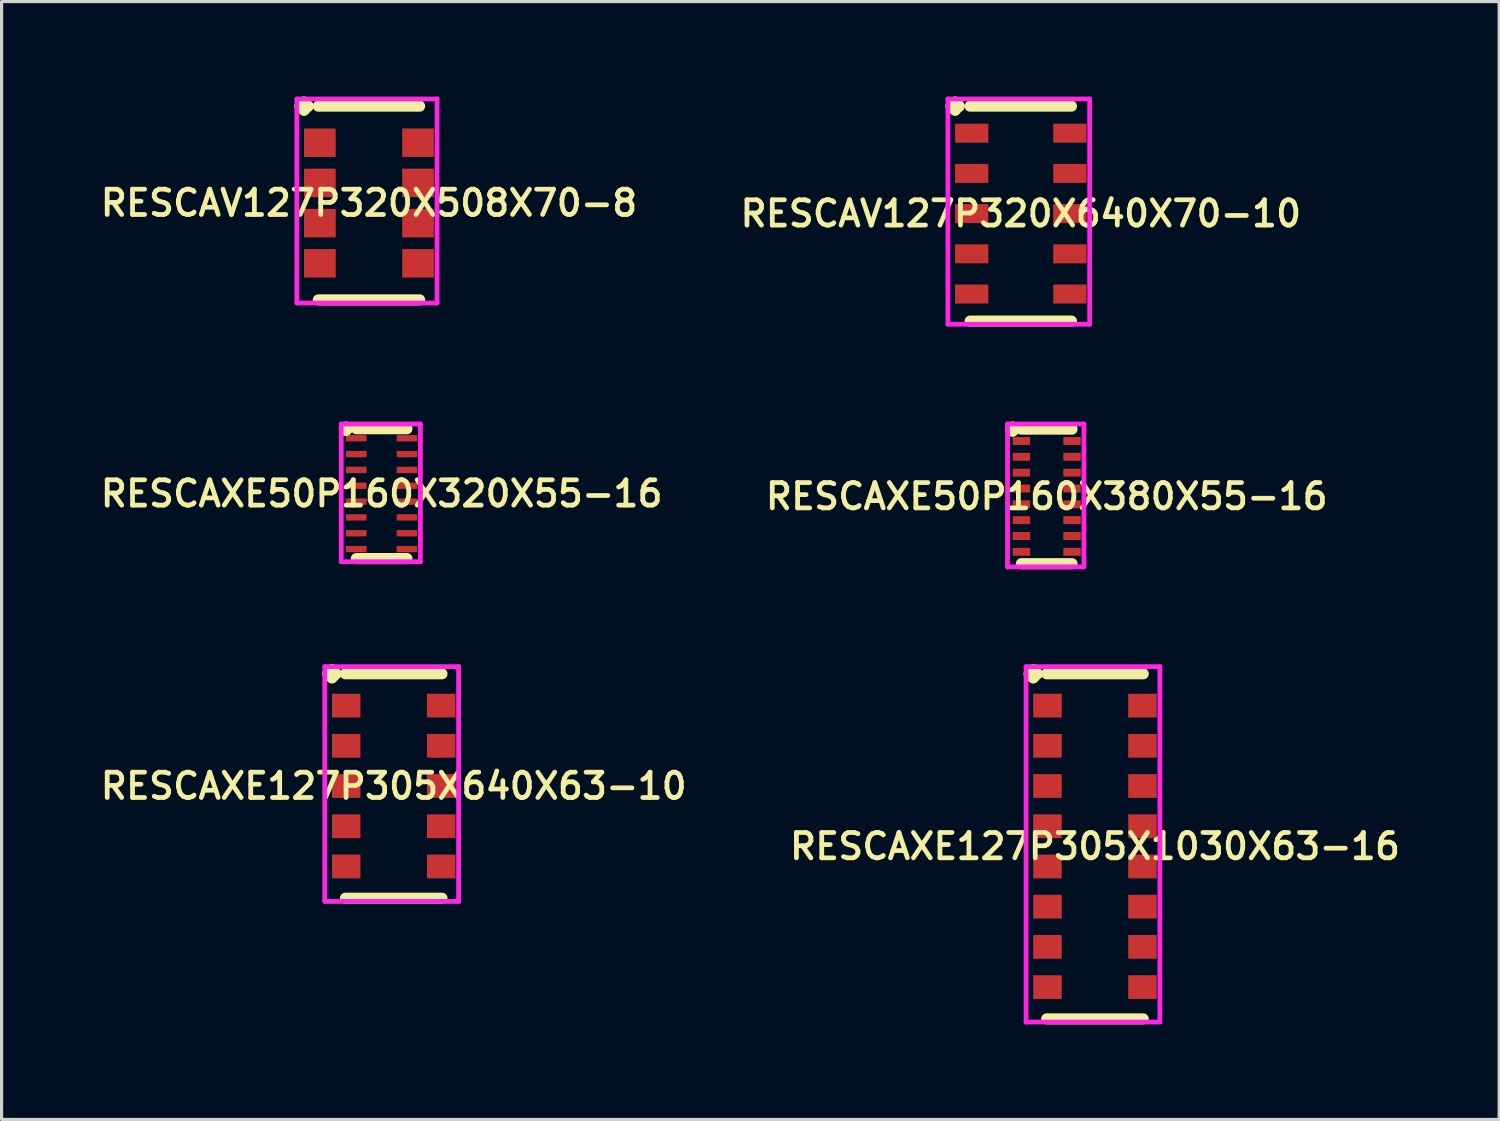
<source format=kicad_pcb>
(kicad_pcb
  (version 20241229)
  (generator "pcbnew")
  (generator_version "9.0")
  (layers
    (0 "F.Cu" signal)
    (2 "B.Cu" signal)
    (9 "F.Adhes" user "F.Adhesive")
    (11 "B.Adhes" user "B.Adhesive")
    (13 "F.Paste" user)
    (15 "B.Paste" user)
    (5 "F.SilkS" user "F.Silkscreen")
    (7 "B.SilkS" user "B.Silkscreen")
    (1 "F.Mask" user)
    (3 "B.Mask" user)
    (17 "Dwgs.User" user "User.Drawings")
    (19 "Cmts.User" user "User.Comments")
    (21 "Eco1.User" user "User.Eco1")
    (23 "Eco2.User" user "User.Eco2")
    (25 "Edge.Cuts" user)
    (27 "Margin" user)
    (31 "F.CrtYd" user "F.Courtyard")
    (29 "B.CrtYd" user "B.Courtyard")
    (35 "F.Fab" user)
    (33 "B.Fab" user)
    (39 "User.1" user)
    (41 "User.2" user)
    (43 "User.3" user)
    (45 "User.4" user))
  (footprint "RESCAV127P320X508X70-8"
    (layer "F.Cu")
    (at 8.602 3.361)
    (property "Reference" "RESCAV127P320X508X70-8" (at 0 0 0) (layer "F.SilkS") (effects (font (size 0.8 0.8) (thickness 0.15))))
    (attr smd)
    (fp_line (start -2.177 -3.059) (end -2.05 -3.186) (stroke (width 0.35) (type solid)) (layer "F.SilkS"))
    (fp_line (start -2.05 -3.186) (end -1.923 -3.059) (stroke (width 0.35) (type solid)) (layer "F.SilkS"))
    (fp_line (start -2.05 -2.932) (end -2.177 -3.059) (stroke (width 0.35) (type solid)) (layer "F.SilkS"))
    (fp_line (start -1.923 -3.059) (end -2.05 -2.932) (stroke (width 0.35) (type solid)) (layer "F.SilkS"))
    (fp_line (start -1.6 -3.059) (end 1.6 -3.059) (stroke (width 0.35) (type solid)) (layer "F.SilkS"))
    (fp_line (start -1.6 3.059) (end 1.6 3.059) (stroke (width 0.35) (type solid)) (layer "F.SilkS"))
    (fp_line (start -2.277 -3.286) (end 2.15 -3.286) (stroke (width 0.15) (type solid)) (layer "F.CrtYd"))
    (fp_line (start -2.277 3.159) (end -2.277 -3.286) (stroke (width 0.15) (type solid)) (layer "F.CrtYd"))
    (fp_line (start 2.15 -3.286) (end 2.15 3.159) (stroke (width 0.15) (type solid)) (layer "F.CrtYd"))
    (fp_line (start 2.15 3.159) (end -2.277 3.159) (stroke (width 0.15) (type solid)) (layer "F.CrtYd"))
    (pad "1" smd rect (at -1.55 -1.905) (size 1 0.9) (layers "F.Cu" "F.Mask" "F.Paste"))
    (pad "2" smd rect (at -1.55 -0.635) (size 1 0.9) (layers "F.Cu" "F.Mask" "F.Paste"))
    (pad "3" smd rect (at -1.55 0.635) (size 1 0.9) (layers "F.Cu" "F.Mask" "F.Paste"))
    (pad "4" smd rect (at -1.55 1.905) (size 1 0.9) (layers "F.Cu" "F.Mask" "F.Paste"))
    (pad "5" smd rect (at 1.55 1.905) (size 1 0.9) (layers "F.Cu" "F.Mask" "F.Paste"))
    (pad "6" smd rect (at 1.55 0.635) (size 1 0.9) (layers "F.Cu" "F.Mask" "F.Paste"))
    (pad "7" smd rect (at 1.55 -0.635) (size 1 0.9) (layers "F.Cu" "F.Mask" "F.Paste"))
    (pad "8" smd rect (at 1.55 -1.905) (size 1 0.9) (layers "F.Cu" "F.Mask" "F.Paste")))
  (footprint "RESCAV127P320X640X70-10"
    (layer "F.Cu")
    (at 29.187 3.696)
    (property "Reference" "RESCAV127P320X640X70-10" (at 0 0 0) (layer "F.SilkS") (effects (font (size 0.8 0.8) (thickness 0.15))))
    (attr smd)
    (fp_line (start -2.202 -3.394) (end -2.075 -3.521) (stroke (width 0.35) (type solid)) (layer "F.SilkS"))
    (fp_line (start -2.075 -3.521) (end -1.948 -3.394) (stroke (width 0.35) (type solid)) (layer "F.SilkS"))
    (fp_line (start -2.075 -3.267) (end -2.202 -3.394) (stroke (width 0.35) (type solid)) (layer "F.SilkS"))
    (fp_line (start -1.948 -3.394) (end -2.075 -3.267) (stroke (width 0.35) (type solid)) (layer "F.SilkS"))
    (fp_line (start -1.6 -3.394) (end 1.6 -3.394) (stroke (width 0.35) (type solid)) (layer "F.SilkS"))
    (fp_line (start -1.6 3.394) (end 1.6 3.394) (stroke (width 0.35) (type solid)) (layer "F.SilkS"))
    (fp_line (start -2.302 -3.621) (end 2.175 -3.621) (stroke (width 0.15) (type solid)) (layer "F.CrtYd"))
    (fp_line (start -2.302 3.494) (end -2.302 -3.621) (stroke (width 0.15) (type solid)) (layer "F.CrtYd"))
    (fp_line (start 2.175 -3.621) (end 2.175 3.494) (stroke (width 0.15) (type solid)) (layer "F.CrtYd"))
    (fp_line (start 2.175 3.494) (end -2.302 3.494) (stroke (width 0.15) (type solid)) (layer "F.CrtYd"))
    (pad "1" smd rect (at -1.55 -2.54) (size 1.05 0.6) (layers "F.Cu" "F.Mask" "F.Paste"))
    (pad "2" smd rect (at -1.55 -1.27) (size 1.05 0.6) (layers "F.Cu" "F.Mask" "F.Paste"))
    (pad "3" smd rect (at -1.55 0) (size 1.05 0.6) (layers "F.Cu" "F.Mask" "F.Paste"))
    (pad "4" smd rect (at -1.55 1.27) (size 1.05 0.6) (layers "F.Cu" "F.Mask" "F.Paste"))
    (pad "5" smd rect (at -1.55 2.54) (size 1.05 0.6) (layers "F.Cu" "F.Mask" "F.Paste"))
    (pad "6" smd rect (at 1.55 2.54) (size 1.05 0.6) (layers "F.Cu" "F.Mask" "F.Paste"))
    (pad "7" smd rect (at 1.55 1.27) (size 1.05 0.6) (layers "F.Cu" "F.Mask" "F.Paste"))
    (pad "8" smd rect (at 1.55 0) (size 1.05 0.6) (layers "F.Cu" "F.Mask" "F.Paste"))
    (pad "9" smd rect (at 1.55 -1.27) (size 1.05 0.6) (layers "F.Cu" "F.Mask" "F.Paste"))
    (pad "10" smd rect (at 1.55 -2.54) (size 1.05 0.6) (layers "F.Cu" "F.Mask" "F.Paste")))
  (footprint "RESCAXE127P305X640X63-10"
    (layer "F.Cu")
    (at 9.383 21.773)
    (property "Reference" "RESCAXE127P305X640X63-10" (at 0 0 0) (layer "F.SilkS") (effects (font (size 0.8 0.8) (thickness 0.15))))
    (attr smd)
    (fp_line (start -2.077 -3.544) (end -1.95 -3.671) (stroke (width 0.35) (type solid)) (layer "F.SilkS"))
    (fp_line (start -1.95 -3.671) (end -1.823 -3.544) (stroke (width 0.35) (type solid)) (layer "F.SilkS"))
    (fp_line (start -1.95 -3.417) (end -2.077 -3.544) (stroke (width 0.35) (type solid)) (layer "F.SilkS"))
    (fp_line (start -1.823 -3.544) (end -1.95 -3.417) (stroke (width 0.35) (type solid)) (layer "F.SilkS"))
    (fp_line (start -1.525 -3.544) (end 1.525 -3.544) (stroke (width 0.35) (type solid)) (layer "F.SilkS"))
    (fp_line (start -1.525 3.544) (end 1.525 3.544) (stroke (width 0.35) (type solid)) (layer "F.SilkS"))
    (fp_line (start -2.177 -3.771) (end 2.05 -3.771) (stroke (width 0.15) (type solid)) (layer "F.CrtYd"))
    (fp_line (start -2.177 3.644) (end -2.177 -3.771) (stroke (width 0.15) (type solid)) (layer "F.CrtYd"))
    (fp_line (start 2.05 -3.771) (end 2.05 3.644) (stroke (width 0.15) (type solid)) (layer "F.CrtYd"))
    (fp_line (start 2.05 3.644) (end -2.177 3.644) (stroke (width 0.15) (type solid)) (layer "F.CrtYd"))
    (pad "1" smd rect (at -1.5 -2.54) (size 0.9 0.75) (layers "F.Cu" "F.Mask" "F.Paste"))
    (pad "2" smd rect (at -1.5 -1.27) (size 0.9 0.75) (layers "F.Cu" "F.Mask" "F.Paste"))
    (pad "3" smd rect (at -1.5 0) (size 0.9 0.75) (layers "F.Cu" "F.Mask" "F.Paste"))
    (pad "4" smd rect (at -1.5 1.27) (size 0.9 0.75) (layers "F.Cu" "F.Mask" "F.Paste"))
    (pad "5" smd rect (at -1.5 2.54) (size 0.9 0.75) (layers "F.Cu" "F.Mask" "F.Paste"))
    (pad "6" smd rect (at 1.5 2.54) (size 0.9 0.75) (layers "F.Cu" "F.Mask" "F.Paste"))
    (pad "7" smd rect (at 1.5 1.27) (size 0.9 0.75) (layers "F.Cu" "F.Mask" "F.Paste"))
    (pad "8" smd rect (at 1.5 0) (size 0.9 0.75) (layers "F.Cu" "F.Mask" "F.Paste"))
    (pad "9" smd rect (at 1.5 -1.27) (size 0.9 0.75) (layers "F.Cu" "F.Mask" "F.Paste"))
    (pad "10" smd rect (at 1.5 -2.54) (size 0.9 0.75) (layers "F.Cu" "F.Mask" "F.Paste")))
  (footprint "RESCAXE50P160X320X55-16"
    (layer "F.Cu")
    (at 9.002 12.54)
    (property "Reference" "RESCAXE50P160X320X55-16" (at 0 0 0) (layer "F.SilkS") (effects (font (size 0.8 0.8) (thickness 0.15))))
    (attr smd)
    (fp_line (start -1.175 -2.05) (end -1.125 -2.1) (stroke (width 0.35) (type solid)) (layer "F.SilkS"))
    (fp_line (start -1.125 -2.1) (end -1.075 -2.05) (stroke (width 0.35) (type solid)) (layer "F.SilkS"))
    (fp_line (start -1.125 -2) (end -1.175 -2.05) (stroke (width 0.35) (type solid)) (layer "F.SilkS"))
    (fp_line (start -1.075 -2.05) (end -1.125 -2) (stroke (width 0.35) (type solid)) (layer "F.SilkS"))
    (fp_line (start -0.8 -2.05) (end 0.8 -2.05) (stroke (width 0.35) (type solid)) (layer "F.SilkS"))
    (fp_line (start -0.8 2.05) (end 0.8 2.05) (stroke (width 0.35) (type solid)) (layer "F.SilkS"))
    (fp_line (start -1.275 -2.2) (end 1.225 -2.2) (stroke (width 0.15) (type solid)) (layer "F.CrtYd"))
    (fp_line (start -1.275 2.15) (end -1.275 -2.2) (stroke (width 0.15) (type solid)) (layer "F.CrtYd"))
    (fp_line (start 1.225 -2.2) (end 1.225 2.15) (stroke (width 0.15) (type solid)) (layer "F.CrtYd"))
    (fp_line (start 1.225 2.15) (end -1.275 2.15) (stroke (width 0.15) (type solid)) (layer "F.CrtYd"))
    (pad "1" smd rect (at -0.8 -1.75) (size 0.65 0.2) (layers "F.Cu" "F.Mask" "F.Paste"))
    (pad "2" smd rect (at -0.8 -1.25) (size 0.65 0.2) (layers "F.Cu" "F.Mask" "F.Paste"))
    (pad "3" smd rect (at -0.8 -0.75) (size 0.65 0.2) (layers "F.Cu" "F.Mask" "F.Paste"))
    (pad "4" smd rect (at -0.8 -0.25) (size 0.65 0.2) (layers "F.Cu" "F.Mask" "F.Paste"))
    (pad "5" smd rect (at -0.8 0.25) (size 0.65 0.2) (layers "F.Cu" "F.Mask" "F.Paste"))
    (pad "6" smd rect (at -0.8 0.75) (size 0.65 0.2) (layers "F.Cu" "F.Mask" "F.Paste"))
    (pad "7" smd rect (at -0.8 1.25) (size 0.65 0.2) (layers "F.Cu" "F.Mask" "F.Paste"))
    (pad "8" smd rect (at -0.8 1.75) (size 0.65 0.2) (layers "F.Cu" "F.Mask" "F.Paste"))
    (pad "9" smd rect (at 0.8 1.75) (size 0.65 0.2) (layers "F.Cu" "F.Mask" "F.Paste"))
    (pad "10" smd rect (at 0.8 1.25) (size 0.65 0.2) (layers "F.Cu" "F.Mask" "F.Paste"))
    (pad "11" smd rect (at 0.8 0.75) (size 0.65 0.2) (layers "F.Cu" "F.Mask" "F.Paste"))
    (pad "12" smd rect (at 0.8 0.25) (size 0.65 0.2) (layers "F.Cu" "F.Mask" "F.Paste"))
    (pad "13" smd rect (at 0.8 -0.25) (size 0.65 0.2) (layers "F.Cu" "F.Mask" "F.Paste"))
    (pad "14" smd rect (at 0.8 -0.75) (size 0.65 0.2) (layers "F.Cu" "F.Mask" "F.Paste"))
    (pad "15" smd rect (at 0.8 -1.25) (size 0.65 0.2) (layers "F.Cu" "F.Mask" "F.Paste"))
    (pad "16" smd rect (at 0.8 -1.75) (size 0.65 0.2) (layers "F.Cu" "F.Mask" "F.Paste")))
  (footprint "RESCAXE127P305X1030X63-16"
    (layer "F.Cu")
    (at 31.53 23.678)
    (property "Reference" "RESCAXE127P305X1030X63-16" (at 0 0 0) (layer "F.SilkS") (effects (font (size 0.8 0.8) (thickness 0.15))))
    (attr through_hole)
    (fp_line (start -2.077 -5.449) (end -1.95 -5.576) (stroke (width 0.35) (type solid)) (layer "F.SilkS"))
    (fp_line (start -1.95 -5.576) (end -1.823 -5.449) (stroke (width 0.35) (type solid)) (layer "F.SilkS"))
    (fp_line (start -1.95 -5.322) (end -2.077 -5.449) (stroke (width 0.35) (type solid)) (layer "F.SilkS"))
    (fp_line (start -1.823 -5.449) (end -1.95 -5.322) (stroke (width 0.35) (type solid)) (layer "F.SilkS"))
    (fp_line (start -1.525 -5.449) (end 1.525 -5.449) (stroke (width 0.35) (type solid)) (layer "F.SilkS"))
    (fp_line (start -1.525 5.449) (end 1.525 5.449) (stroke (width 0.35) (type solid)) (layer "F.SilkS"))
    (fp_line (start -2.177 -5.676) (end 2.05 -5.676) (stroke (width 0.15) (type solid)) (layer "F.CrtYd"))
    (fp_line (start -2.177 5.549) (end -2.177 -5.676) (stroke (width 0.15) (type solid)) (layer "F.CrtYd"))
    (fp_line (start 2.05 -5.676) (end 2.05 5.549) (stroke (width 0.15) (type solid)) (layer "F.CrtYd"))
    (fp_line (start 2.05 5.549) (end -2.177 5.549) (stroke (width 0.15) (type solid)) (layer "F.CrtYd"))
    (pad "1" smd rect (at -1.5 -4.445) (size 0.9 0.75) (layers "F.Cu" "F.Mask" "F.Paste"))
    (pad "2" smd rect (at -1.5 -3.175) (size 0.9 0.75) (layers "F.Cu" "F.Mask" "F.Paste"))
    (pad "3" smd rect (at -1.5 -1.905) (size 0.9 0.75) (layers "F.Cu" "F.Mask" "F.Paste"))
    (pad "4" smd rect (at -1.5 -0.635) (size 0.9 0.75) (layers "F.Cu" "F.Mask" "F.Paste"))
    (pad "5" smd rect (at -1.5 0.635) (size 0.9 0.75) (layers "F.Cu" "F.Mask" "F.Paste"))
    (pad "6" smd rect (at -1.5 1.905) (size 0.9 0.75) (layers "F.Cu" "F.Mask" "F.Paste"))
    (pad "7" smd rect (at -1.5 3.175) (size 0.9 0.75) (layers "F.Cu" "F.Mask" "F.Paste"))
    (pad "8" smd rect (at -1.5 4.445) (size 0.9 0.75) (layers "F.Cu" "F.Mask" "F.Paste"))
    (pad "9" smd rect (at 1.5 4.445) (size 0.9 0.75) (layers "F.Cu" "F.Mask" "F.Paste"))
    (pad "10" smd rect (at 1.5 3.175) (size 0.9 0.75) (layers "F.Cu" "F.Mask" "F.Paste"))
    (pad "11" smd rect (at 1.5 1.905) (size 0.9 0.75) (layers "F.Cu" "F.Mask" "F.Paste"))
    (pad "12" smd rect (at 1.5 0.635) (size 0.9 0.75) (layers "F.Cu" "F.Mask" "F.Paste"))
    (pad "13" smd rect (at 1.5 -0.635) (size 0.9 0.75) (layers "F.Cu" "F.Mask" "F.Paste"))
    (pad "14" smd rect (at 1.5 -1.905) (size 0.9 0.75) (layers "F.Cu" "F.Mask" "F.Paste"))
    (pad "15" smd rect (at 1.5 -3.175) (size 0.9 0.75) (layers "F.Cu" "F.Mask" "F.Paste"))
    (pad "16" smd rect (at 1.5 -4.445) (size 0.9 0.75) (layers "F.Cu" "F.Mask" "F.Paste")))
  (footprint "RESCAXE50P160X380X55-16"
    (layer "F.Cu")
    (at 30.006 12.627)
    (property "Reference" "RESCAXE50P160X380X55-16" (at 0 0 0) (layer "F.SilkS") (effects (font (size 0.8 0.8) (thickness 0.15))))
    (attr smd)
    (fp_line (start -1.137 -2.125) (end -1.075 -2.188) (stroke (width 0.35) (type solid)) (layer "F.SilkS"))
    (fp_line (start -1.075 -2.188) (end -1.012 -2.125) (stroke (width 0.35) (type solid)) (layer "F.SilkS"))
    (fp_line (start -1.075 -2.062) (end -1.137 -2.125) (stroke (width 0.35) (type solid)) (layer "F.SilkS"))
    (fp_line (start -1.012 -2.125) (end -1.075 -2.062) (stroke (width 0.35) (type solid)) (layer "F.SilkS"))
    (fp_line (start -0.8 -2.125) (end 0.8 -2.125) (stroke (width 0.35) (type solid)) (layer "F.SilkS"))
    (fp_line (start -0.8 2.125) (end 0.8 2.125) (stroke (width 0.35) (type solid)) (layer "F.SilkS"))
    (fp_line (start -1.238 -2.288) (end 1.175 -2.288) (stroke (width 0.15) (type solid)) (layer "F.CrtYd"))
    (fp_line (start -1.238 2.225) (end -1.238 -2.288) (stroke (width 0.15) (type solid)) (layer "F.CrtYd"))
    (fp_line (start 1.175 -2.288) (end 1.175 2.225) (stroke (width 0.15) (type solid)) (layer "F.CrtYd"))
    (fp_line (start 1.175 2.225) (end -1.238 2.225) (stroke (width 0.15) (type solid)) (layer "F.CrtYd"))
    (pad "1" smd rect (at -0.8 -1.75) (size 0.55 0.25) (layers "F.Cu" "F.Mask" "F.Paste"))
    (pad "2" smd rect (at -0.8 -1.25) (size 0.55 0.25) (layers "F.Cu" "F.Mask" "F.Paste"))
    (pad "3" smd rect (at -0.8 -0.75) (size 0.55 0.25) (layers "F.Cu" "F.Mask" "F.Paste"))
    (pad "4" smd rect (at -0.8 -0.25) (size 0.55 0.25) (layers "F.Cu" "F.Mask" "F.Paste"))
    (pad "5" smd rect (at -0.8 0.25) (size 0.55 0.25) (layers "F.Cu" "F.Mask" "F.Paste"))
    (pad "6" smd rect (at -0.8 0.75) (size 0.55 0.25) (layers "F.Cu" "F.Mask" "F.Paste"))
    (pad "7" smd rect (at -0.8 1.25) (size 0.55 0.25) (layers "F.Cu" "F.Mask" "F.Paste"))
    (pad "8" smd rect (at -0.8 1.75) (size 0.55 0.25) (layers "F.Cu" "F.Mask" "F.Paste"))
    (pad "9" smd rect (at 0.8 1.75) (size 0.55 0.25) (layers "F.Cu" "F.Mask" "F.Paste"))
    (pad "10" smd rect (at 0.8 1.25) (size 0.55 0.25) (layers "F.Cu" "F.Mask" "F.Paste"))
    (pad "11" smd rect (at 0.8 0.75) (size 0.55 0.25) (layers "F.Cu" "F.Mask" "F.Paste"))
    (pad "12" smd rect (at 0.8 0.25) (size 0.55 0.25) (layers "F.Cu" "F.Mask" "F.Paste"))
    (pad "13" smd rect (at 0.8 -0.25) (size 0.55 0.25) (layers "F.Cu" "F.Mask" "F.Paste"))
    (pad "14" smd rect (at 0.8 -0.75) (size 0.55 0.25) (layers "F.Cu" "F.Mask" "F.Paste"))
    (pad "15" smd rect (at 0.8 -1.25) (size 0.55 0.25) (layers "F.Cu" "F.Mask" "F.Paste"))
    (pad "16" smd rect (at 0.8 -1.75) (size 0.55 0.25) (layers "F.Cu" "F.Mask" "F.Paste")))
  (gr_rect
    (start -3 -3)
    (end 44.294 32.303)
    (stroke (width 0.1) (type default))
    (fill no)
    (layer "Edge.Cuts")))
</source>
